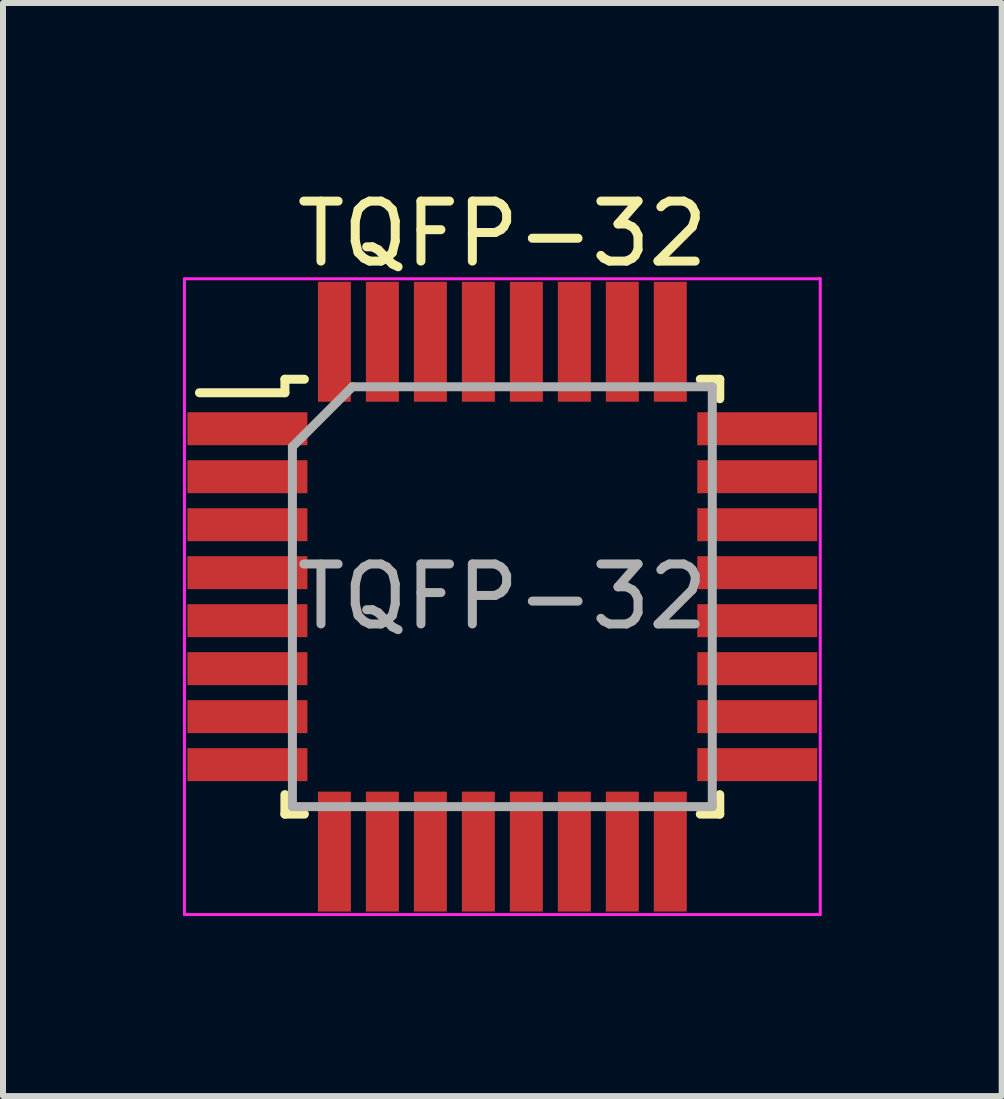
<source format=kicad_pcb>
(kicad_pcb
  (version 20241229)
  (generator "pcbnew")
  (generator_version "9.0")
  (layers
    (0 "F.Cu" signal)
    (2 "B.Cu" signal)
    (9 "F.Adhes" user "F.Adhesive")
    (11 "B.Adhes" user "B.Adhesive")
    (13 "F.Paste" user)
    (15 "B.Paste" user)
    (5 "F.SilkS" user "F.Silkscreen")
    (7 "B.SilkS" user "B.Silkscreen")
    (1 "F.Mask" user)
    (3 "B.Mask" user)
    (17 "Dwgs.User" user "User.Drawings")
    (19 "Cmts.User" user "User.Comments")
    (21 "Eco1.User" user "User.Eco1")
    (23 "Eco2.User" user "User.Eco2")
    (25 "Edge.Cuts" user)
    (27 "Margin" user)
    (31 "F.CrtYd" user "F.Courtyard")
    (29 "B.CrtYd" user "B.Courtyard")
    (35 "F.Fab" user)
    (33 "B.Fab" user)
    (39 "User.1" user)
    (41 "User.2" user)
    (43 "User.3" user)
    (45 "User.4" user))
  (footprint "TQFP-32"
    (layer "F.Cu")
    (at 5.325 6.898)
    (property "Reference" "TQFP-32" (at 0 -6.05 0) (layer "F.SilkS") (effects (font (size 1 1) (thickness 0.15))))
    (attr smd)
    (fp_line (start -3.625 -3.625) (end -3.625 -3.4) (stroke (width 0.15) (type solid)) (layer "F.SilkS"))
    (fp_line (start -3.625 -3.625) (end -3.3 -3.625) (stroke (width 0.15) (type solid)) (layer "F.SilkS"))
    (fp_line (start -3.625 -3.4) (end -5.05 -3.4) (stroke (width 0.15) (type solid)) (layer "F.SilkS"))
    (fp_line (start -3.625 3.625) (end -3.625 3.3) (stroke (width 0.15) (type solid)) (layer "F.SilkS"))
    (fp_line (start -3.625 3.625) (end -3.3 3.625) (stroke (width 0.15) (type solid)) (layer "F.SilkS"))
    (fp_line (start 3.625 -3.625) (end 3.3 -3.625) (stroke (width 0.15) (type solid)) (layer "F.SilkS"))
    (fp_line (start 3.625 -3.625) (end 3.625 -3.3) (stroke (width 0.15) (type solid)) (layer "F.SilkS"))
    (fp_line (start 3.625 3.625) (end 3.3 3.625) (stroke (width 0.15) (type solid)) (layer "F.SilkS"))
    (fp_line (start 3.625 3.625) (end 3.625 3.3) (stroke (width 0.15) (type solid)) (layer "F.SilkS"))
    (fp_line (start -5.3 -5.3) (end -5.3 5.3) (stroke (width 0.05) (type solid)) (layer "F.CrtYd"))
    (fp_line (start -5.3 -5.3) (end 5.3 -5.3) (stroke (width 0.05) (type solid)) (layer "F.CrtYd"))
    (fp_line (start -5.3 5.3) (end 5.3 5.3) (stroke (width 0.05) (type solid)) (layer "F.CrtYd"))
    (fp_line (start 5.3 -5.3) (end 5.3 5.3) (stroke (width 0.05) (type solid)) (layer "F.CrtYd"))
    (fp_line (start -3.5 -2.5) (end -2.5 -3.5) (stroke (width 0.15) (type solid)) (layer "F.Fab"))
    (fp_line (start -3.5 3.5) (end -3.5 -2.5) (stroke (width 0.15) (type solid)) (layer "F.Fab"))
    (fp_line (start -2.5 -3.5) (end 3.5 -3.5) (stroke (width 0.15) (type solid)) (layer "F.Fab"))
    (fp_line (start 3.5 -3.5) (end 3.5 3.5) (stroke (width 0.15) (type solid)) (layer "F.Fab"))
    (fp_line (start 3.5 3.5) (end -3.5 3.5) (stroke (width 0.15) (type solid)) (layer "F.Fab"))
    (fp_text user "${REFERENCE}" (at 0 0 0) (layer "F.Fab") (effects (font (size 1 1) (thickness 0.15))))
    (pad "1" smd rect (at -4.25 -2.8) (size 2 0.55) (layers "F.Cu" "F.Mask" "F.Paste"))
    (pad "2" smd rect (at -4.25 -2) (size 2 0.55) (layers "F.Cu" "F.Mask" "F.Paste"))
    (pad "3" smd rect (at -4.25 -1.2) (size 2 0.55) (layers "F.Cu" "F.Mask" "F.Paste"))
    (pad "4" smd rect (at -4.25 -0.4) (size 2 0.55) (layers "F.Cu" "F.Mask" "F.Paste"))
    (pad "5" smd rect (at -4.25 0.4) (size 2 0.55) (layers "F.Cu" "F.Mask" "F.Paste"))
    (pad "6" smd rect (at -4.25 1.2) (size 2 0.55) (layers "F.Cu" "F.Mask" "F.Paste"))
    (pad "7" smd rect (at -4.25 2) (size 2 0.55) (layers "F.Cu" "F.Mask" "F.Paste"))
    (pad "8" smd rect (at -4.25 2.8) (size 2 0.55) (layers "F.Cu" "F.Mask" "F.Paste"))
    (pad "9" smd rect (at -2.8 4.25 90) (size 2 0.55) (layers "F.Cu" "F.Mask" "F.Paste"))
    (pad "10" smd rect (at -2 4.25 90) (size 2 0.55) (layers "F.Cu" "F.Mask" "F.Paste"))
    (pad "11" smd rect (at -1.2 4.25 90) (size 2 0.55) (layers "F.Cu" "F.Mask" "F.Paste"))
    (pad "12" smd rect (at -0.4 4.25 90) (size 2 0.55) (layers "F.Cu" "F.Mask" "F.Paste"))
    (pad "13" smd rect (at 0.4 4.25 90) (size 2 0.55) (layers "F.Cu" "F.Mask" "F.Paste"))
    (pad "14" smd rect (at 1.2 4.25 90) (size 2 0.55) (layers "F.Cu" "F.Mask" "F.Paste"))
    (pad "15" smd rect (at 2 4.25 90) (size 2 0.55) (layers "F.Cu" "F.Mask" "F.Paste"))
    (pad "16" smd rect (at 2.8 4.25 90) (size 2 0.55) (layers "F.Cu" "F.Mask" "F.Paste"))
    (pad "17" smd rect (at 4.25 2.8) (size 2 0.55) (layers "F.Cu" "F.Mask" "F.Paste"))
    (pad "18" smd rect (at 4.25 2) (size 2 0.55) (layers "F.Cu" "F.Mask" "F.Paste"))
    (pad "19" smd rect (at 4.25 1.2) (size 2 0.55) (layers "F.Cu" "F.Mask" "F.Paste"))
    (pad "20" smd rect (at 4.25 0.4) (size 2 0.55) (layers "F.Cu" "F.Mask" "F.Paste"))
    (pad "21" smd rect (at 4.25 -0.4) (size 2 0.55) (layers "F.Cu" "F.Mask" "F.Paste"))
    (pad "22" smd rect (at 4.25 -1.2) (size 2 0.55) (layers "F.Cu" "F.Mask" "F.Paste"))
    (pad "23" smd rect (at 4.25 -2) (size 2 0.55) (layers "F.Cu" "F.Mask" "F.Paste"))
    (pad "24" smd rect (at 4.25 -2.8) (size 2 0.55) (layers "F.Cu" "F.Mask" "F.Paste"))
    (pad "25" smd rect (at 2.8 -4.25 90) (size 2 0.55) (layers "F.Cu" "F.Mask" "F.Paste"))
    (pad "26" smd rect (at 2 -4.25 90) (size 2 0.55) (layers "F.Cu" "F.Mask" "F.Paste"))
    (pad "27" smd rect (at 1.2 -4.25 90) (size 2 0.55) (layers "F.Cu" "F.Mask" "F.Paste"))
    (pad "28" smd rect (at 0.4 -4.25 90) (size 2 0.55) (layers "F.Cu" "F.Mask" "F.Paste"))
    (pad "29" smd rect (at -0.4 -4.25 90) (size 2 0.55) (layers "F.Cu" "F.Mask" "F.Paste"))
    (pad "30" smd rect (at -1.2 -4.25 90) (size 2 0.55) (layers "F.Cu" "F.Mask" "F.Paste"))
    (pad "31" smd rect (at -2 -4.25 90) (size 2 0.55) (layers "F.Cu" "F.Mask" "F.Paste"))
    (pad "32" smd rect (at -2.8 -4.25 90) (size 2 0.55) (layers "F.Cu" "F.Mask" "F.Paste")))
  (gr_rect
    (start -3 -3)
    (end 13.65 15.223)
    (stroke (width 0.1) (type default))
    (fill no)
    (layer "Edge.Cuts")))
</source>
